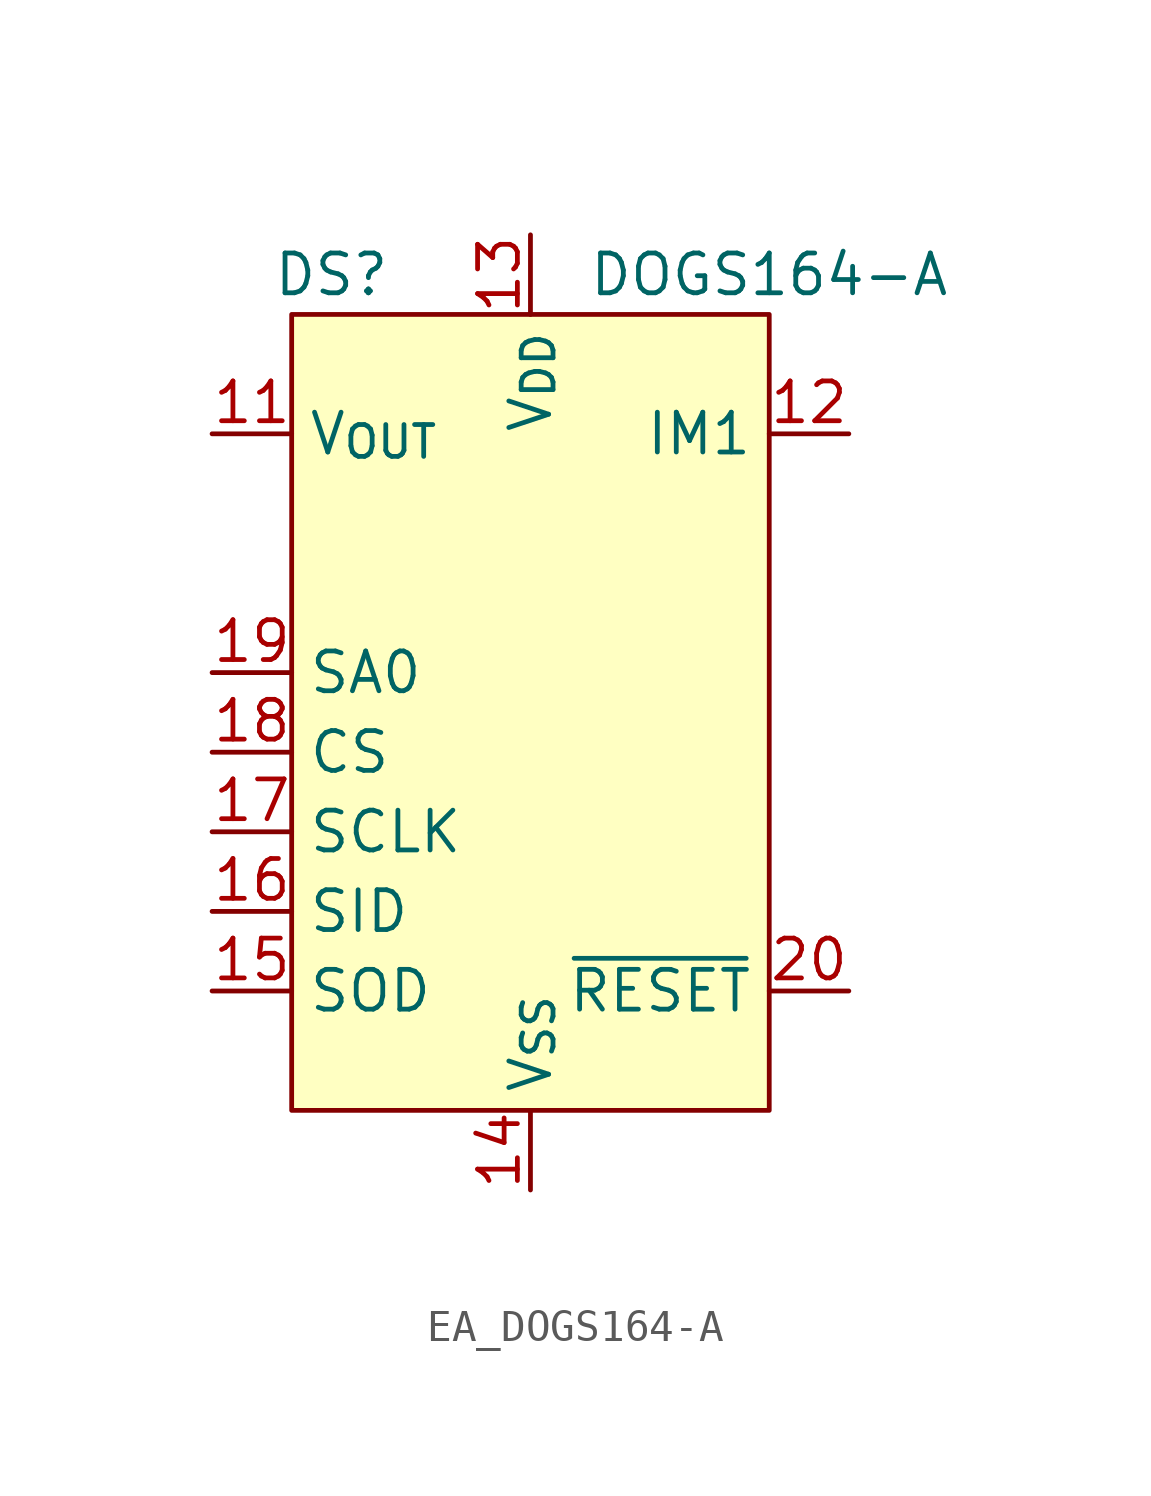
<source format=kicad_sym>
(kicad_symbol_lib
  (version 20220914)
  (generator kicad_symbol_editor)
  (symbol "EA_DOGS164-A"
    (property "Reference" "DS"
      (at -6.35 12.7 0)
      (effects (font (size 1.27 1.27))))
    (property "Value" "DOGS164-A"
      (at 7.62 12.7 0)
      (effects (font (size 1.27 1.27))))
    (symbol "EA_DOGS164-A_0_0"
      (pin power_out line (at -10.16 7.62 0) (length 2.54) (name "V_{OUT}" (effects (font (size 1.27 1.27)))) (number "11" (effects (font (size 1.27 1.27)))))
      (pin input line (at 10.16 7.62 180) (length 2.54) (name "IM1" (effects (font (size 1.27 1.27)))) (number "12" (effects (font (size 1.27 1.27)))))
      (pin power_in line (at 0 13.97 270) (length 2.54) (name "V_{DD}" (effects (font (size 1.27 1.27)))) (number "13" (effects (font (size 1.27 1.27)))))
      (pin power_in line (at 0 -16.51 90) (length 2.54) (name "V_{SS}" (effects (font (size 1.27 1.27)))) (number "14" (effects (font (size 1.27 1.27)))))
      (pin input line (at -10.16 -5.08 0) (length 2.54) (name "SCLK" (effects (font (size 1.27 1.27)))) (number "17" (effects (font (size 1.27 1.27)))))
      (pin input line (at -10.16 -2.54 0) (length 2.54) (name "CS" (effects (font (size 1.27 1.27)))) (number "18" (effects (font (size 1.27 1.27)))))
      (pin input line (at -10.16 0 0) (length 2.54) (name "SA0" (effects (font (size 1.27 1.27)))) (number "19" (effects (font (size 1.27 1.27)))))
      (pin input line (at 10.16 -10.16 180) (length 2.54) (name "~{RESET}" (effects (font (size 1.27 1.27)))) (number "20" (effects (font (size 1.27 1.27))))))
    (symbol "EA_DOGS164-A_1_0"
      (pin no_connect line (at 7.62 1.27 180) (length 2.54) hide (name "" (effects (font (size 1.27 1.27)))) (number "1" (effects (font (size 1.27 1.27)))))
      (pin no_connect line (at 7.62 -6.35 180) (length 2.54) hide (name "" (effects (font (size 1.27 1.27)))) (number "10" (effects (font (size 1.27 1.27)))))
      (pin output line (at -10.16 -10.16 0) (length 2.54) (name "SOD" (effects (font (size 1.27 1.27)))) (number "15" (effects (font (size 1.27 1.27)))) (alternate "MISO" output line) (alternate "SDA" output line))
      (pin input line (at -10.16 -7.62 0) (length 2.54) (name "SID" (effects (font (size 1.27 1.27)))) (number "16" (effects (font (size 1.27 1.27)))) (alternate "MOSI" input line) (alternate "SDA" input line))
      (pin no_connect line (at 7.62 -1.27 180) (length 2.54) hide (name "" (effects (font (size 1.27 1.27)))) (number "2" (effects (font (size 1.27 1.27)))))
      (pin no_connect line (at 7.62 -3.81 180) (length 2.54) hide (name "" (effects (font (size 1.27 1.27)))) (number "9" (effects (font (size 1.27 1.27))))))
    (symbol "EA_DOGS164-A_1_1"
      (rectangle (start -7.62 11.43) (end 7.62 -13.97) (stroke (width 0) (type default)) (fill (type background))))))
</source>
